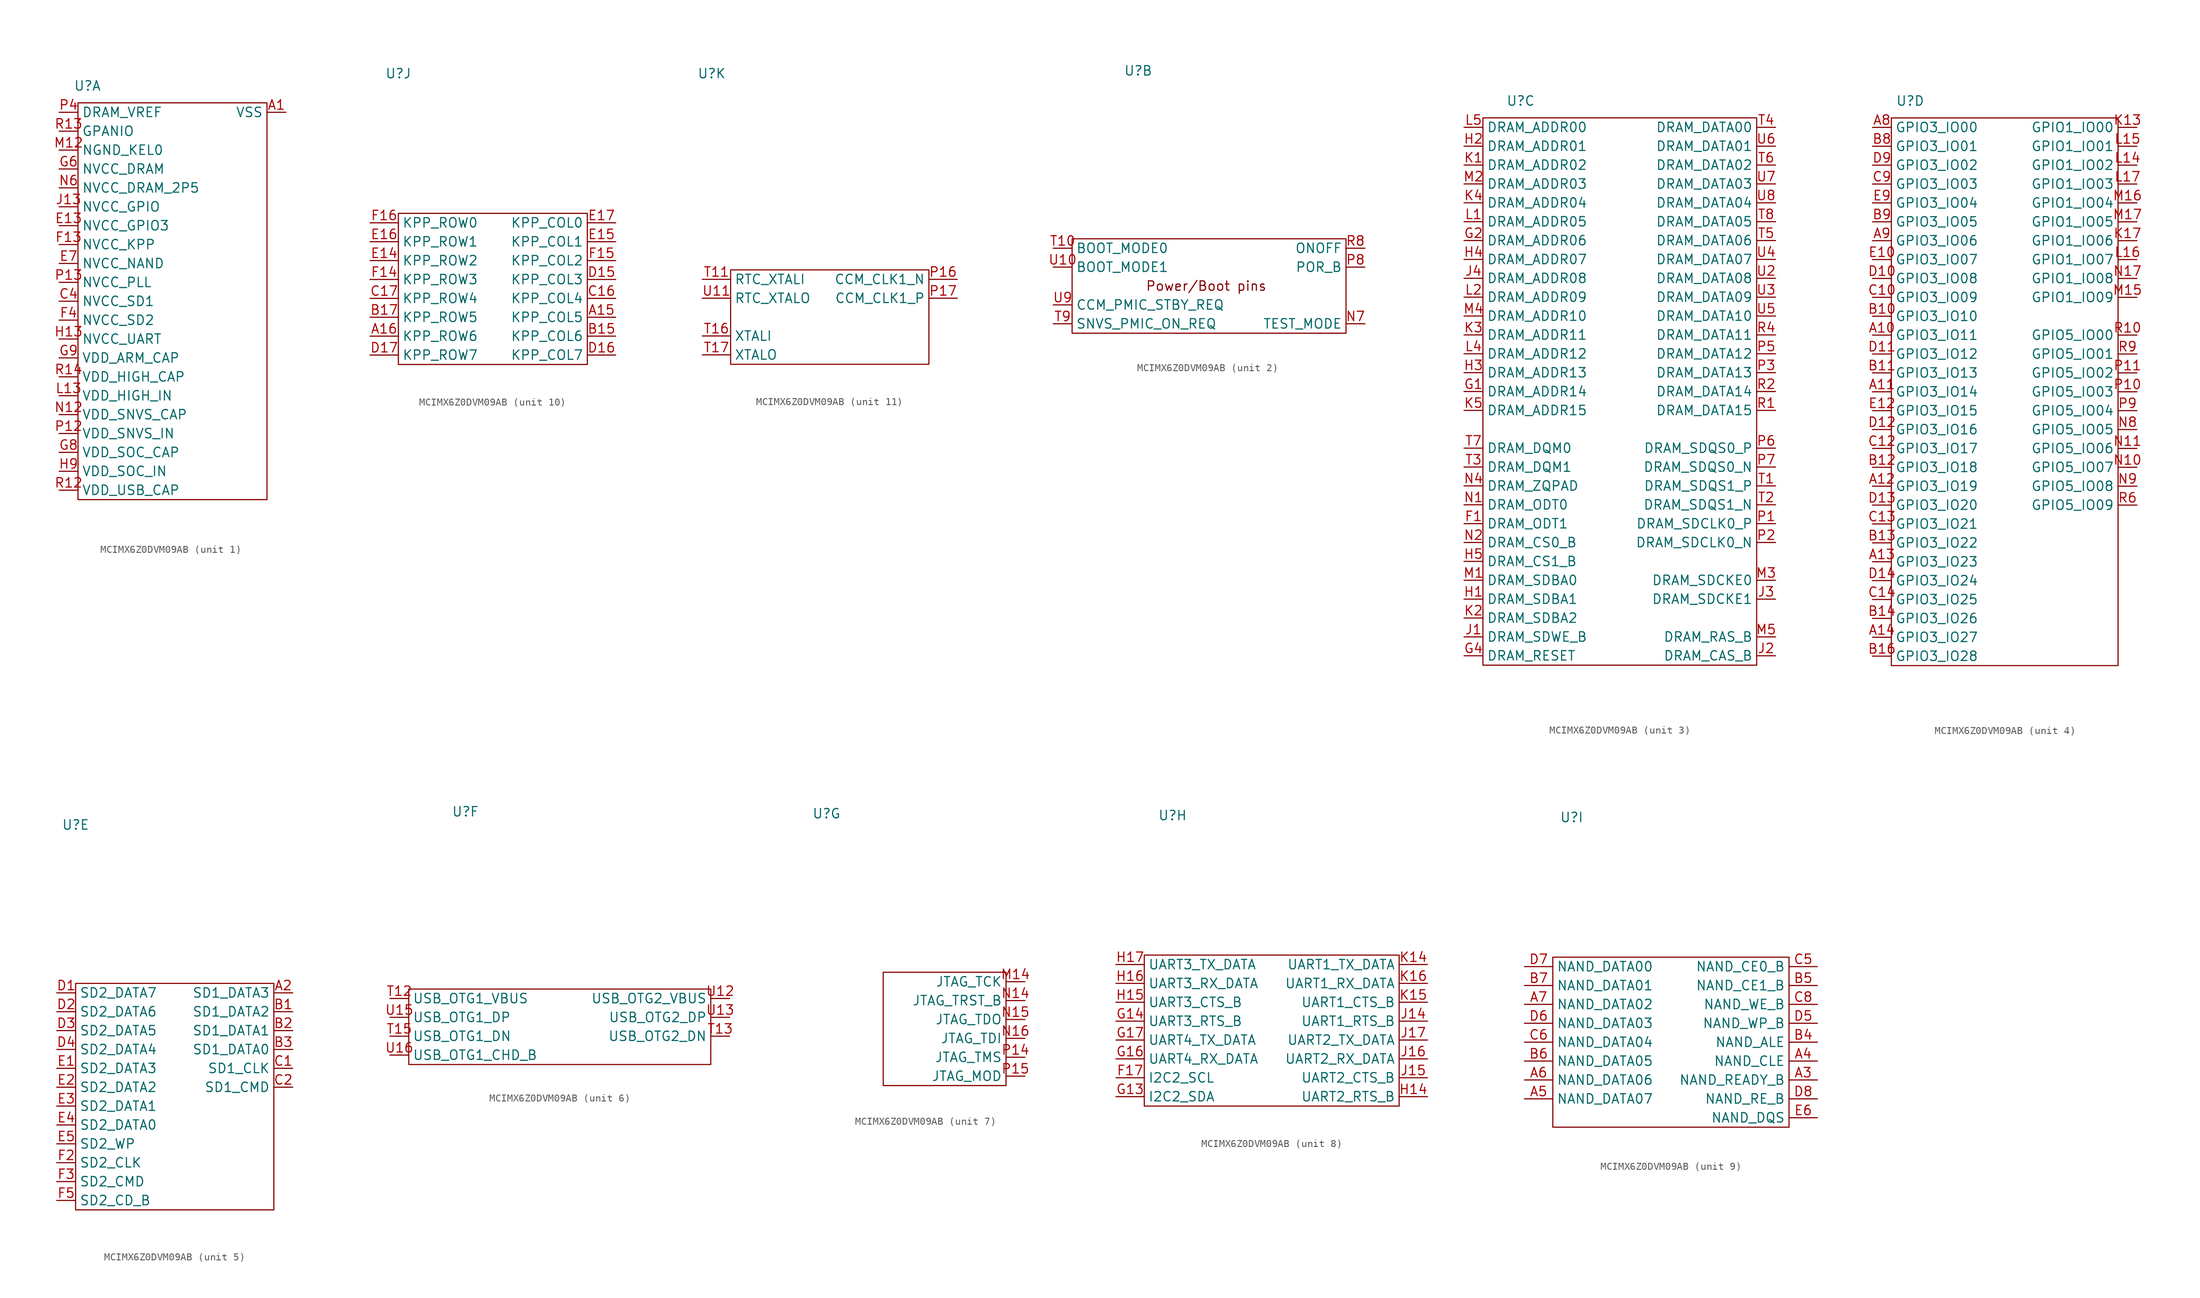
<source format=kicad_sym>
(kicad_symbol_lib
  (version 20231120)
  (generator "kicad_symbol_editor")
  (generator_version "8.0")
  (symbol "MCIMX6Z0DVM09AB"
    (property "Reference" "U"
      (at -13.97 28.956 0)
      (effects (font (size 1.27 1.27))))
    (property "Value" ""
      (at 0 30.48 0)
      (effects (font (size 1.27 1.27))))
    (property "ki_locked" ""
      (at 0 0 0)
      (effects (font (size 1.27 1.27))))
    (symbol "MCIMX6Z0DVM09AB_1_1"
      (rectangle (start -15.24 26.67) (end 10.16 -26.67) (stroke (width 0) (type default)) (fill (type none)))
      (pin power_in line (at 12.7 25.4 180) (length 2.54) (name "VSS" (effects (font (size 1.27 1.27)))) (number "A1" (effects (font (size 1.27 1.27)))))
      (pin power_in line (at 12.7 25.4 180) (length 2.54) hide (name "VSS" (effects (font (size 1.27 1.27)))) (number "A17" (effects (font (size 1.27 1.27)))))
      (pin power_in line (at 12.7 25.4 180) (length 2.54) hide (name "VSS" (effects (font (size 1.27 1.27)))) (number "C11" (effects (font (size 1.27 1.27)))))
      (pin power_in line (at 12.7 25.4 180) (length 2.54) hide (name "VSS" (effects (font (size 1.27 1.27)))) (number "C15" (effects (font (size 1.27 1.27)))))
      (pin power_in line (at 12.7 25.4 180) (length 2.54) hide (name "VSS" (effects (font (size 1.27 1.27)))) (number "C3" (effects (font (size 1.27 1.27)))))
      (pin power_in line (at -17.78 0 0) (length 2.54) (name "NVCC_SD1" (effects (font (size 1.27 1.27)))) (number "C4" (effects (font (size 1.27 1.27)))))
      (pin power_in line (at 12.7 25.4 180) (length 2.54) hide (name "VSS" (effects (font (size 1.27 1.27)))) (number "C7" (effects (font (size 1.27 1.27)))))
      (pin power_in line (at 12.7 25.4 180) (length 2.54) hide (name "VSS" (effects (font (size 1.27 1.27)))) (number "E11" (effects (font (size 1.27 1.27)))))
      (pin power_in line (at -17.78 10.16 0) (length 2.54) (name "NVCC_GPIO3" (effects (font (size 1.27 1.27)))) (number "E13" (effects (font (size 1.27 1.27)))))
      (pin power_in line (at -17.78 5.08 0) (length 2.54) (name "NVCC_NAND" (effects (font (size 1.27 1.27)))) (number "E7" (effects (font (size 1.27 1.27)))))
      (pin power_in line (at 12.7 25.4 180) (length 2.54) hide (name "VSS" (effects (font (size 1.27 1.27)))) (number "E8" (effects (font (size 1.27 1.27)))))
      (pin power_in line (at 12.7 25.4 180) (length 2.54) hide (name "VSS" (effects (font (size 1.27 1.27)))) (number "F10" (effects (font (size 1.27 1.27)))))
      (pin power_in line (at 12.7 25.4 180) (length 2.54) hide (name "VSS" (effects (font (size 1.27 1.27)))) (number "F11" (effects (font (size 1.27 1.27)))))
      (pin power_in line (at 12.7 25.4 180) (length 2.54) hide (name "VSS" (effects (font (size 1.27 1.27)))) (number "F12" (effects (font (size 1.27 1.27)))))
      (pin power_in line (at -17.78 7.62 0) (length 2.54) (name "NVCC_KPP" (effects (font (size 1.27 1.27)))) (number "F13" (effects (font (size 1.27 1.27)))))
      (pin power_in line (at -17.78 -2.54 0) (length 2.54) (name "NVCC_SD2" (effects (font (size 1.27 1.27)))) (number "F4" (effects (font (size 1.27 1.27)))))
      (pin power_in line (at 12.7 25.4 180) (length 2.54) hide (name "VSS" (effects (font (size 1.27 1.27)))) (number "F6" (effects (font (size 1.27 1.27)))))
      (pin power_in line (at 12.7 25.4 180) (length 2.54) hide (name "VSS" (effects (font (size 1.27 1.27)))) (number "F7" (effects (font (size 1.27 1.27)))))
      (pin power_in line (at 12.7 25.4 180) (length 2.54) hide (name "VSS" (effects (font (size 1.27 1.27)))) (number "F8" (effects (font (size 1.27 1.27)))))
      (pin power_in line (at 12.7 25.4 180) (length 2.54) hide (name "VSS" (effects (font (size 1.27 1.27)))) (number "F9" (effects (font (size 1.27 1.27)))))
      (pin power_in line (at -17.78 -7.62 0) (length 2.54) hide (name "VDD_ARM_CAP" (effects (font (size 1.27 1.27)))) (number "G10" (effects (font (size 1.27 1.27)))))
      (pin power_in line (at -17.78 -7.62 0) (length 2.54) hide (name "VDD_ARM_CAP" (effects (font (size 1.27 1.27)))) (number "G11" (effects (font (size 1.27 1.27)))))
      (pin power_in line (at 12.7 25.4 180) (length 2.54) hide (name "VSS" (effects (font (size 1.27 1.27)))) (number "G12" (effects (font (size 1.27 1.27)))))
      (pin power_in line (at 12.7 25.4 180) (length 2.54) hide (name "VSS" (effects (font (size 1.27 1.27)))) (number "G15" (effects (font (size 1.27 1.27)))))
      (pin power_in line (at 12.7 25.4 180) (length 2.54) hide (name "VSS" (effects (font (size 1.27 1.27)))) (number "G3" (effects (font (size 1.27 1.27)))))
      (pin power_in line (at 12.7 25.4 180) (length 2.54) hide (name "VSS" (effects (font (size 1.27 1.27)))) (number "G5" (effects (font (size 1.27 1.27)))))
      (pin power_in line (at -17.78 17.78 0) (length 2.54) (name "NVCC_DRAM" (effects (font (size 1.27 1.27)))) (number "G6" (effects (font (size 1.27 1.27)))))
      (pin power_in line (at 12.7 25.4 180) (length 2.54) hide (name "VSS" (effects (font (size 1.27 1.27)))) (number "G7" (effects (font (size 1.27 1.27)))))
      (pin power_in line (at -17.78 -20.32 0) (length 2.54) (name "VDD_SOC_CAP" (effects (font (size 1.27 1.27)))) (number "G8" (effects (font (size 1.27 1.27)))))
      (pin power_in line (at -17.78 -7.62 0) (length 2.54) (name "VDD_ARM_CAP" (effects (font (size 1.27 1.27)))) (number "G9" (effects (font (size 1.27 1.27)))))
      (pin power_in line (at -17.78 -22.86 0) (length 2.54) hide (name "VDD_SOC_IN" (effects (font (size 1.27 1.27)))) (number "H10" (effects (font (size 1.27 1.27)))))
      (pin power_in line (at -17.78 -7.62 0) (length 2.54) hide (name "VDD_ARM_CAP" (effects (font (size 1.27 1.27)))) (number "H11" (effects (font (size 1.27 1.27)))))
      (pin power_in line (at 12.7 25.4 180) (length 2.54) hide (name "VSS" (effects (font (size 1.27 1.27)))) (number "H12" (effects (font (size 1.27 1.27)))))
      (pin power_in line (at -17.78 -5.08 0) (length 2.54) (name "NVCC_UART" (effects (font (size 1.27 1.27)))) (number "H13" (effects (font (size 1.27 1.27)))))
      (pin power_in line (at -17.78 17.78 0) (length 2.54) hide (name "NVCC_DRAM" (effects (font (size 1.27 1.27)))) (number "H6" (effects (font (size 1.27 1.27)))))
      (pin power_in line (at 12.7 25.4 180) (length 2.54) hide (name "VSS" (effects (font (size 1.27 1.27)))) (number "H7" (effects (font (size 1.27 1.27)))))
      (pin power_in line (at -17.78 -20.32 0) (length 2.54) hide (name "VDD_SOC_CAP" (effects (font (size 1.27 1.27)))) (number "H8" (effects (font (size 1.27 1.27)))))
      (pin power_in line (at -17.78 -22.86 0) (length 2.54) (name "VDD_SOC_IN" (effects (font (size 1.27 1.27)))) (number "H9" (effects (font (size 1.27 1.27)))))
      (pin power_in line (at -17.78 -22.86 0) (length 2.54) hide (name "VDD_SOC_IN" (effects (font (size 1.27 1.27)))) (number "J10" (effects (font (size 1.27 1.27)))))
      (pin power_in line (at -17.78 -20.32 0) (length 2.54) hide (name "VDD_SOC_CAP" (effects (font (size 1.27 1.27)))) (number "J11" (effects (font (size 1.27 1.27)))))
      (pin power_in line (at 12.7 25.4 180) (length 2.54) hide (name "VSS" (effects (font (size 1.27 1.27)))) (number "J12" (effects (font (size 1.27 1.27)))))
      (pin power_in line (at -17.78 12.7 0) (length 2.54) (name "NVCC_GPIO" (effects (font (size 1.27 1.27)))) (number "J13" (effects (font (size 1.27 1.27)))))
      (pin power_in line (at 12.7 25.4 180) (length 2.54) hide (name "VSS" (effects (font (size 1.27 1.27)))) (number "J5" (effects (font (size 1.27 1.27)))))
      (pin power_in line (at -17.78 17.78 0) (length 2.54) hide (name "NVCC_DRAM" (effects (font (size 1.27 1.27)))) (number "J6" (effects (font (size 1.27 1.27)))))
      (pin power_in line (at 12.7 25.4 180) (length 2.54) hide (name "VSS" (effects (font (size 1.27 1.27)))) (number "J7" (effects (font (size 1.27 1.27)))))
      (pin power_in line (at -17.78 -20.32 0) (length 2.54) hide (name "VDD_SOC_CAP" (effects (font (size 1.27 1.27)))) (number "J8" (effects (font (size 1.27 1.27)))))
      (pin power_in line (at -17.78 -22.86 0) (length 2.54) hide (name "VDD_SOC_IN" (effects (font (size 1.27 1.27)))) (number "J9" (effects (font (size 1.27 1.27)))))
      (pin power_in line (at -17.78 -22.86 0) (length 2.54) hide (name "VDD_SOC_IN" (effects (font (size 1.27 1.27)))) (number "K10" (effects (font (size 1.27 1.27)))))
      (pin power_in line (at -17.78 -20.32 0) (length 2.54) hide (name "VDD_SOC_CAP" (effects (font (size 1.27 1.27)))) (number "K11" (effects (font (size 1.27 1.27)))))
      (pin power_in line (at 12.7 25.4 180) (length 2.54) hide (name "VSS" (effects (font (size 1.27 1.27)))) (number "K12" (effects (font (size 1.27 1.27)))))
      (pin power_in line (at -17.78 17.78 0) (length 2.54) hide (name "NVCC_DRAM" (effects (font (size 1.27 1.27)))) (number "K6" (effects (font (size 1.27 1.27)))))
      (pin power_in line (at 12.7 25.4 180) (length 2.54) hide (name "VSS" (effects (font (size 1.27 1.27)))) (number "K7" (effects (font (size 1.27 1.27)))))
      (pin power_in line (at -17.78 -20.32 0) (length 2.54) hide (name "VDD_SOC_CAP" (effects (font (size 1.27 1.27)))) (number "K8" (effects (font (size 1.27 1.27)))))
      (pin power_in line (at -17.78 -22.86 0) (length 2.54) hide (name "VDD_SOC_IN" (effects (font (size 1.27 1.27)))) (number "K9" (effects (font (size 1.27 1.27)))))
      (pin power_in line (at -17.78 -20.32 0) (length 2.54) hide (name "VDD_SOC_CAP" (effects (font (size 1.27 1.27)))) (number "L10" (effects (font (size 1.27 1.27)))))
      (pin power_in line (at -17.78 -20.32 0) (length 2.54) hide (name "VDD_SOC_CAP" (effects (font (size 1.27 1.27)))) (number "L11" (effects (font (size 1.27 1.27)))))
      (pin power_in line (at 12.7 25.4 180) (length 2.54) hide (name "VSS" (effects (font (size 1.27 1.27)))) (number "L12" (effects (font (size 1.27 1.27)))))
      (pin power_in line (at -17.78 -12.7 0) (length 2.54) (name "VDD_HIGH_IN" (effects (font (size 1.27 1.27)))) (number "L13" (effects (font (size 1.27 1.27)))))
      (pin power_in line (at 12.7 25.4 180) (length 2.54) hide (name "VSS" (effects (font (size 1.27 1.27)))) (number "L3" (effects (font (size 1.27 1.27)))))
      (pin power_in line (at -17.78 17.78 0) (length 2.54) hide (name "NVCC_DRAM" (effects (font (size 1.27 1.27)))) (number "L6" (effects (font (size 1.27 1.27)))))
      (pin power_in line (at 12.7 25.4 180) (length 2.54) hide (name "VSS" (effects (font (size 1.27 1.27)))) (number "L7" (effects (font (size 1.27 1.27)))))
      (pin power_in line (at -17.78 -20.32 0) (length 2.54) hide (name "VDD_SOC_CAP" (effects (font (size 1.27 1.27)))) (number "L8" (effects (font (size 1.27 1.27)))))
      (pin power_in line (at -17.78 -20.32 0) (length 2.54) hide (name "VDD_SOC_CAP" (effects (font (size 1.27 1.27)))) (number "L9" (effects (font (size 1.27 1.27)))))
      (pin power_in line (at 12.7 25.4 180) (length 2.54) hide (name "VSS" (effects (font (size 1.27 1.27)))) (number "M10" (effects (font (size 1.27 1.27)))))
      (pin power_in line (at 12.7 25.4 180) (length 2.54) hide (name "VSS" (effects (font (size 1.27 1.27)))) (number "M11" (effects (font (size 1.27 1.27)))))
      (pin power_in line (at -17.78 20.32 0) (length 2.54) (name "NGND_KEL0" (effects (font (size 1.27 1.27)))) (number "M12" (effects (font (size 1.27 1.27)))))
      (pin power_in line (at -17.78 -12.7 0) (length 2.54) hide (name "VDD_HIGH_IN" (effects (font (size 1.27 1.27)))) (number "M13" (effects (font (size 1.27 1.27)))))
      (pin power_in line (at -17.78 17.78 0) (length 2.54) hide (name "NVCC_DRAM" (effects (font (size 1.27 1.27)))) (number "M6" (effects (font (size 1.27 1.27)))))
      (pin power_in line (at 12.7 25.4 180) (length 2.54) hide (name "VSS" (effects (font (size 1.27 1.27)))) (number "M7" (effects (font (size 1.27 1.27)))))
      (pin power_in line (at 12.7 25.4 180) (length 2.54) hide (name "VSS" (effects (font (size 1.27 1.27)))) (number "M8" (effects (font (size 1.27 1.27)))))
      (pin power_in line (at 12.7 25.4 180) (length 2.54) hide (name "VSS" (effects (font (size 1.27 1.27)))) (number "M9" (effects (font (size 1.27 1.27)))))
      (pin power_in line (at -17.78 -15.24 0) (length 2.54) (name "VDD_SNVS_CAP" (effects (font (size 1.27 1.27)))) (number "N12" (effects (font (size 1.27 1.27)))))
      (pin power_in line (at -17.78 -12.7 0) (length 2.54) hide (name "VDD_HIGH_IN" (effects (font (size 1.27 1.27)))) (number "N13" (effects (font (size 1.27 1.27)))))
      (pin power_in line (at 12.7 25.4 180) (length 2.54) hide (name "VSS" (effects (font (size 1.27 1.27)))) (number "N3" (effects (font (size 1.27 1.27)))))
      (pin power_in line (at 12.7 25.4 180) (length 2.54) hide (name "VSS" (effects (font (size 1.27 1.27)))) (number "N5" (effects (font (size 1.27 1.27)))))
      (pin power_in line (at -17.78 15.24 0) (length 2.54) (name "NVCC_DRAM_2P5" (effects (font (size 1.27 1.27)))) (number "N6" (effects (font (size 1.27 1.27)))))
      (pin power_in line (at -17.78 -17.78 0) (length 2.54) (name "VDD_SNVS_IN" (effects (font (size 1.27 1.27)))) (number "P12" (effects (font (size 1.27 1.27)))))
      (pin power_in line (at -17.78 2.54 0) (length 2.54) (name "NVCC_PLL" (effects (font (size 1.27 1.27)))) (number "P13" (effects (font (size 1.27 1.27)))))
      (pin power_in line (at -17.78 25.4 0) (length 2.54) (name "DRAM_VREF" (effects (font (size 1.27 1.27)))) (number "P4" (effects (font (size 1.27 1.27)))))
      (pin power_in line (at 12.7 25.4 180) (length 2.54) hide (name "VSS" (effects (font (size 1.27 1.27)))) (number "R11" (effects (font (size 1.27 1.27)))))
      (pin power_in line (at -17.78 -25.4 0) (length 2.54) (name "VDD_USB_CAP" (effects (font (size 1.27 1.27)))) (number "R12" (effects (font (size 1.27 1.27)))))
      (pin power_in line (at -17.78 22.86 0) (length 2.54) (name "GPANIO" (effects (font (size 1.27 1.27)))) (number "R13" (effects (font (size 1.27 1.27)))))
      (pin power_in line (at -17.78 -10.16 0) (length 2.54) (name "VDD_HIGH_CAP" (effects (font (size 1.27 1.27)))) (number "R14" (effects (font (size 1.27 1.27)))))
      (pin power_in line (at -17.78 -10.16 0) (length 2.54) hide (name "VDD_HIGH_CAP" (effects (font (size 1.27 1.27)))) (number "R15" (effects (font (size 1.27 1.27)))))
      (pin power_in line (at 12.7 25.4 180) (length 2.54) hide (name "VSS" (effects (font (size 1.27 1.27)))) (number "R16" (effects (font (size 1.27 1.27)))))
      (pin power_in line (at 12.7 25.4 180) (length 2.54) hide (name "VSS" (effects (font (size 1.27 1.27)))) (number "R17" (effects (font (size 1.27 1.27)))))
      (pin power_in line (at 12.7 25.4 180) (length 2.54) hide (name "VSS" (effects (font (size 1.27 1.27)))) (number "R3" (effects (font (size 1.27 1.27)))))
      (pin power_in line (at 12.7 25.4 180) (length 2.54) hide (name "VSS" (effects (font (size 1.27 1.27)))) (number "R5" (effects (font (size 1.27 1.27)))))
      (pin power_in line (at 12.7 25.4 180) (length 2.54) hide (name "VSS" (effects (font (size 1.27 1.27)))) (number "R7" (effects (font (size 1.27 1.27)))))
      (pin power_in line (at 12.7 25.4 180) (length 2.54) hide (name "VSS" (effects (font (size 1.27 1.27)))) (number "T14" (effects (font (size 1.27 1.27)))))
      (pin power_in line (at 12.7 25.4 180) (length 2.54) hide (name "VSS" (effects (font (size 1.27 1.27)))) (number "U1" (effects (font (size 1.27 1.27)))))
      (pin power_in line (at 12.7 25.4 180) (length 2.54) hide (name "VSS" (effects (font (size 1.27 1.27)))) (number "U14" (effects (font (size 1.27 1.27)))))
      (pin power_in line (at 12.7 25.4 180) (length 2.54) hide (name "VSS" (effects (font (size 1.27 1.27)))) (number "U17" (effects (font (size 1.27 1.27))))))
    (symbol "MCIMX6Z0DVM09AB_2_1"
      (rectangle (start -22.86 6.35) (end 13.97 -6.35) (stroke (width 0) (type default)) (fill (type none)))
      (text "Power/Boot pins\n" (at -4.826 0 0) (effects (font (size 1.27 1.27))))
      (pin passive line (at 16.51 -5.08 180) (length 2.54) (name "TEST_MODE" (effects (font (size 1.27 1.27)))) (number "N7" (effects (font (size 1.27 1.27)))))
      (pin input line (at 16.51 2.54 180) (length 2.54) (name "POR_B" (effects (font (size 1.27 1.27)))) (number "P8" (effects (font (size 1.27 1.27)))))
      (pin input line (at 16.51 5.08 180) (length 2.54) (name "ONOFF" (effects (font (size 1.27 1.27)))) (number "R8" (effects (font (size 1.27 1.27)))))
      (pin passive line (at -25.4 5.08 0) (length 2.54) (name "BOOT_MODE0" (effects (font (size 1.27 1.27)))) (number "T10" (effects (font (size 1.27 1.27)))))
      (pin passive line (at -25.4 -5.08 0) (length 2.54) (name "SNVS_PMIC_ON_REQ" (effects (font (size 1.27 1.27)))) (number "T9" (effects (font (size 1.27 1.27)))))
      (pin passive line (at -25.4 2.54 0) (length 2.54) (name "BOOT_MODE1" (effects (font (size 1.27 1.27)))) (number "U10" (effects (font (size 1.27 1.27)))))
      (pin passive line (at -25.4 -2.54 0) (length 2.54) (name "CCM_PMIC_STBY_REQ" (effects (font (size 1.27 1.27)))) (number "U9" (effects (font (size 1.27 1.27))))))
    (symbol "MCIMX6Z0DVM09AB_3_1"
      (rectangle (start 17.78 -46.99) (end -19.05 26.67) (stroke (width 0) (type default)) (fill (type none)))
      (pin passive line (at -21.59 -27.94 0) (length 2.54) (name "DRAM_ODT1" (effects (font (size 1.27 1.27)))) (number "F1" (effects (font (size 1.27 1.27)))))
      (pin passive line (at -21.59 -10.16 0) (length 2.54) (name "DRAM_ADDR14" (effects (font (size 1.27 1.27)))) (number "G1" (effects (font (size 1.27 1.27)))))
      (pin passive line (at -21.59 10.16 0) (length 2.54) (name "DRAM_ADDR06" (effects (font (size 1.27 1.27)))) (number "G2" (effects (font (size 1.27 1.27)))))
      (pin passive line (at -21.59 -45.72 0) (length 2.54) (name "DRAM_RESET" (effects (font (size 1.27 1.27)))) (number "G4" (effects (font (size 1.27 1.27)))))
      (pin passive line (at -21.59 -38.1 0) (length 2.54) (name "DRAM_SDBA1" (effects (font (size 1.27 1.27)))) (number "H1" (effects (font (size 1.27 1.27)))))
      (pin passive line (at -21.59 22.86 0) (length 2.54) (name "DRAM_ADDR01" (effects (font (size 1.27 1.27)))) (number "H2" (effects (font (size 1.27 1.27)))))
      (pin passive line (at -21.59 -7.62 0) (length 2.54) (name "DRAM_ADDR13" (effects (font (size 1.27 1.27)))) (number "H3" (effects (font (size 1.27 1.27)))))
      (pin passive line (at -21.59 7.62 0) (length 2.54) (name "DRAM_ADDR07" (effects (font (size 1.27 1.27)))) (number "H4" (effects (font (size 1.27 1.27)))))
      (pin passive line (at -21.59 -33.02 0) (length 2.54) (name "DRAM_CS1_B" (effects (font (size 1.27 1.27)))) (number "H5" (effects (font (size 1.27 1.27)))))
      (pin passive line (at -21.59 -43.18 0) (length 2.54) (name "DRAM_SDWE_B" (effects (font (size 1.27 1.27)))) (number "J1" (effects (font (size 1.27 1.27)))))
      (pin passive line (at 20.32 -45.72 180) (length 2.54) (name "DRAM_CAS_B" (effects (font (size 1.27 1.27)))) (number "J2" (effects (font (size 1.27 1.27)))))
      (pin passive line (at 20.32 -38.1 180) (length 2.54) (name "DRAM_SDCKE1" (effects (font (size 1.27 1.27)))) (number "J3" (effects (font (size 1.27 1.27)))))
      (pin passive line (at -21.59 5.08 0) (length 2.54) (name "DRAM_ADDR08" (effects (font (size 1.27 1.27)))) (number "J4" (effects (font (size 1.27 1.27)))))
      (pin passive line (at -21.59 20.32 0) (length 2.54) (name "DRAM_ADDR02" (effects (font (size 1.27 1.27)))) (number "K1" (effects (font (size 1.27 1.27)))))
      (pin passive line (at -21.59 -40.64 0) (length 2.54) (name "DRAM_SDBA2" (effects (font (size 1.27 1.27)))) (number "K2" (effects (font (size 1.27 1.27)))))
      (pin passive line (at -21.59 -2.54 0) (length 2.54) (name "DRAM_ADDR11" (effects (font (size 1.27 1.27)))) (number "K3" (effects (font (size 1.27 1.27)))))
      (pin passive line (at -21.59 15.24 0) (length 2.54) (name "DRAM_ADDR04" (effects (font (size 1.27 1.27)))) (number "K4" (effects (font (size 1.27 1.27)))))
      (pin passive line (at -21.59 -12.7 0) (length 2.54) (name "DRAM_ADDR15" (effects (font (size 1.27 1.27)))) (number "K5" (effects (font (size 1.27 1.27)))))
      (pin passive line (at -21.59 12.7 0) (length 2.54) (name "DRAM_ADDR05" (effects (font (size 1.27 1.27)))) (number "L1" (effects (font (size 1.27 1.27)))))
      (pin passive line (at -21.59 2.54 0) (length 2.54) (name "DRAM_ADDR09" (effects (font (size 1.27 1.27)))) (number "L2" (effects (font (size 1.27 1.27)))))
      (pin passive line (at -21.59 -5.08 0) (length 2.54) (name "DRAM_ADDR12" (effects (font (size 1.27 1.27)))) (number "L4" (effects (font (size 1.27 1.27)))))
      (pin passive line (at -21.59 25.4 0) (length 2.54) (name "DRAM_ADDR00" (effects (font (size 1.27 1.27)))) (number "L5" (effects (font (size 1.27 1.27)))))
      (pin passive line (at -21.59 -35.56 0) (length 2.54) (name "DRAM_SDBA0" (effects (font (size 1.27 1.27)))) (number "M1" (effects (font (size 1.27 1.27)))))
      (pin passive line (at -21.59 17.78 0) (length 2.54) (name "DRAM_ADDR03" (effects (font (size 1.27 1.27)))) (number "M2" (effects (font (size 1.27 1.27)))))
      (pin passive line (at 20.32 -35.56 180) (length 2.54) (name "DRAM_SDCKE0" (effects (font (size 1.27 1.27)))) (number "M3" (effects (font (size 1.27 1.27)))))
      (pin passive line (at -21.59 0 0) (length 2.54) (name "DRAM_ADDR10" (effects (font (size 1.27 1.27)))) (number "M4" (effects (font (size 1.27 1.27)))))
      (pin passive line (at 20.32 -43.18 180) (length 2.54) (name "DRAM_RAS_B" (effects (font (size 1.27 1.27)))) (number "M5" (effects (font (size 1.27 1.27)))))
      (pin passive line (at -21.59 -25.4 0) (length 2.54) (name "DRAM_ODT0" (effects (font (size 1.27 1.27)))) (number "N1" (effects (font (size 1.27 1.27)))))
      (pin passive line (at -21.59 -30.48 0) (length 2.54) (name "DRAM_CS0_B" (effects (font (size 1.27 1.27)))) (number "N2" (effects (font (size 1.27 1.27)))))
      (pin passive line (at -21.59 -22.86 0) (length 2.54) (name "DRAM_ZQPAD" (effects (font (size 1.27 1.27)))) (number "N4" (effects (font (size 1.27 1.27)))))
      (pin passive line (at 20.32 -27.94 180) (length 2.54) (name "DRAM_SDCLK0_P" (effects (font (size 1.27 1.27)))) (number "P1" (effects (font (size 1.27 1.27)))))
      (pin passive line (at 20.32 -30.48 180) (length 2.54) (name "DRAM_SDCLK0_N" (effects (font (size 1.27 1.27)))) (number "P2" (effects (font (size 1.27 1.27)))))
      (pin passive line (at 20.32 -7.62 180) (length 2.54) (name "DRAM_DATA13" (effects (font (size 1.27 1.27)))) (number "P3" (effects (font (size 1.27 1.27)))))
      (pin passive line (at 20.32 -5.08 180) (length 2.54) (name "DRAM_DATA12" (effects (font (size 1.27 1.27)))) (number "P5" (effects (font (size 1.27 1.27)))))
      (pin passive line (at 20.32 -17.78 180) (length 2.54) (name "DRAM_SDQS0_P" (effects (font (size 1.27 1.27)))) (number "P6" (effects (font (size 1.27 1.27)))))
      (pin passive line (at 20.32 -20.32 180) (length 2.54) (name "DRAM_SDQS0_N" (effects (font (size 1.27 1.27)))) (number "P7" (effects (font (size 1.27 1.27)))))
      (pin passive line (at 20.32 -12.7 180) (length 2.54) (name "DRAM_DATA15" (effects (font (size 1.27 1.27)))) (number "R1" (effects (font (size 1.27 1.27)))))
      (pin passive line (at 20.32 -10.16 180) (length 2.54) (name "DRAM_DATA14" (effects (font (size 1.27 1.27)))) (number "R2" (effects (font (size 1.27 1.27)))))
      (pin passive line (at 20.32 -2.54 180) (length 2.54) (name "DRAM_DATA11" (effects (font (size 1.27 1.27)))) (number "R4" (effects (font (size 1.27 1.27)))))
      (pin passive line (at 20.32 -22.86 180) (length 2.54) (name "DRAM_SDQS1_P" (effects (font (size 1.27 1.27)))) (number "T1" (effects (font (size 1.27 1.27)))))
      (pin passive line (at 20.32 -25.4 180) (length 2.54) (name "DRAM_SDQS1_N" (effects (font (size 1.27 1.27)))) (number "T2" (effects (font (size 1.27 1.27)))))
      (pin passive line (at -21.59 -20.32 0) (length 2.54) (name "DRAM_DQM1" (effects (font (size 1.27 1.27)))) (number "T3" (effects (font (size 1.27 1.27)))))
      (pin passive line (at 20.32 25.4 180) (length 2.54) (name "DRAM_DATA00" (effects (font (size 1.27 1.27)))) (number "T4" (effects (font (size 1.27 1.27)))))
      (pin passive line (at 20.32 10.16 180) (length 2.54) (name "DRAM_DATA06" (effects (font (size 1.27 1.27)))) (number "T5" (effects (font (size 1.27 1.27)))))
      (pin passive line (at 20.32 20.32 180) (length 2.54) (name "DRAM_DATA02" (effects (font (size 1.27 1.27)))) (number "T6" (effects (font (size 1.27 1.27)))))
      (pin passive line (at -21.59 -17.78 0) (length 2.54) (name "DRAM_DQM0" (effects (font (size 1.27 1.27)))) (number "T7" (effects (font (size 1.27 1.27)))))
      (pin passive line (at 20.32 12.7 180) (length 2.54) (name "DRAM_DATA05" (effects (font (size 1.27 1.27)))) (number "T8" (effects (font (size 1.27 1.27)))))
      (pin passive line (at 20.32 5.08 180) (length 2.54) (name "DRAM_DATA08" (effects (font (size 1.27 1.27)))) (number "U2" (effects (font (size 1.27 1.27)))))
      (pin passive line (at 20.32 2.54 180) (length 2.54) (name "DRAM_DATA09" (effects (font (size 1.27 1.27)))) (number "U3" (effects (font (size 1.27 1.27)))))
      (pin passive line (at 20.32 7.62 180) (length 2.54) (name "DRAM_DATA07" (effects (font (size 1.27 1.27)))) (number "U4" (effects (font (size 1.27 1.27)))))
      (pin passive line (at 20.32 0 180) (length 2.54) (name "DRAM_DATA10" (effects (font (size 1.27 1.27)))) (number "U5" (effects (font (size 1.27 1.27)))))
      (pin passive line (at 20.32 22.86 180) (length 2.54) (name "DRAM_DATA01" (effects (font (size 1.27 1.27)))) (number "U6" (effects (font (size 1.27 1.27)))))
      (pin passive line (at 20.32 17.78 180) (length 2.54) (name "DRAM_DATA03" (effects (font (size 1.27 1.27)))) (number "U7" (effects (font (size 1.27 1.27)))))
      (pin passive line (at 20.32 15.24 180) (length 2.54) (name "DRAM_DATA04" (effects (font (size 1.27 1.27)))) (number "U8" (effects (font (size 1.27 1.27))))))
    (symbol "MCIMX6Z0DVM09AB_4_1"
      (rectangle (start -16.51 -46.99) (end 13.97 26.67) (stroke (width 0) (type default)) (fill (type none)))
      (pin passive line (at -19.05 -2.54 0) (length 2.54) (name "GPIO3_IO11" (effects (font (size 1.27 1.27)))) (number "A10" (effects (font (size 1.27 1.27)))))
      (pin passive line (at -19.05 -10.16 0) (length 2.54) (name "GPIO3_IO14" (effects (font (size 1.27 1.27)))) (number "A11" (effects (font (size 1.27 1.27)))))
      (pin passive line (at -19.05 -22.86 0) (length 2.54) (name "GPIO3_IO19" (effects (font (size 1.27 1.27)))) (number "A12" (effects (font (size 1.27 1.27)))))
      (pin passive line (at -19.05 -33.02 0) (length 2.54) (name "GPIO3_IO23" (effects (font (size 1.27 1.27)))) (number "A13" (effects (font (size 1.27 1.27)))))
      (pin passive line (at -19.05 -43.18 0) (length 2.54) (name "GPIO3_IO27" (effects (font (size 1.27 1.27)))) (number "A14" (effects (font (size 1.27 1.27)))))
      (pin passive line (at -19.05 25.4 0) (length 2.54) (name "GPIO3_IO00" (effects (font (size 1.27 1.27)))) (number "A8" (effects (font (size 1.27 1.27)))))
      (pin passive line (at -19.05 10.16 0) (length 2.54) (name "GPIO3_IO06" (effects (font (size 1.27 1.27)))) (number "A9" (effects (font (size 1.27 1.27)))))
      (pin passive line (at -19.05 0 0) (length 2.54) (name "GPIO3_IO10" (effects (font (size 1.27 1.27)))) (number "B10" (effects (font (size 1.27 1.27)))))
      (pin passive line (at -19.05 -7.62 0) (length 2.54) (name "GPIO3_IO13" (effects (font (size 1.27 1.27)))) (number "B11" (effects (font (size 1.27 1.27)))))
      (pin passive line (at -19.05 -20.32 0) (length 2.54) (name "GPIO3_IO18" (effects (font (size 1.27 1.27)))) (number "B12" (effects (font (size 1.27 1.27)))))
      (pin passive line (at -19.05 -30.48 0) (length 2.54) (name "GPIO3_IO22" (effects (font (size 1.27 1.27)))) (number "B13" (effects (font (size 1.27 1.27)))))
      (pin passive line (at -19.05 -40.64 0) (length 2.54) (name "GPIO3_IO26" (effects (font (size 1.27 1.27)))) (number "B14" (effects (font (size 1.27 1.27)))))
      (pin passive line (at -19.05 -45.72 0) (length 2.54) (name "GPIO3_IO28" (effects (font (size 1.27 1.27)))) (number "B16" (effects (font (size 1.27 1.27)))))
      (pin passive line (at -19.05 22.86 0) (length 2.54) (name "GPIO3_IO01" (effects (font (size 1.27 1.27)))) (number "B8" (effects (font (size 1.27 1.27)))))
      (pin passive line (at -19.05 12.7 0) (length 2.54) (name "GPIO3_IO05" (effects (font (size 1.27 1.27)))) (number "B9" (effects (font (size 1.27 1.27)))))
      (pin passive line (at -19.05 2.54 0) (length 2.54) (name "GPIO3_IO09" (effects (font (size 1.27 1.27)))) (number "C10" (effects (font (size 1.27 1.27)))))
      (pin passive line (at -19.05 -17.78 0) (length 2.54) (name "GPIO3_IO17" (effects (font (size 1.27 1.27)))) (number "C12" (effects (font (size 1.27 1.27)))))
      (pin passive line (at -19.05 -27.94 0) (length 2.54) (name "GPIO3_IO21" (effects (font (size 1.27 1.27)))) (number "C13" (effects (font (size 1.27 1.27)))))
      (pin passive line (at -19.05 -38.1 0) (length 2.54) (name "GPIO3_IO25" (effects (font (size 1.27 1.27)))) (number "C14" (effects (font (size 1.27 1.27)))))
      (pin passive line (at -19.05 17.78 0) (length 2.54) (name "GPIO3_IO03" (effects (font (size 1.27 1.27)))) (number "C9" (effects (font (size 1.27 1.27)))))
      (pin passive line (at -19.05 5.08 0) (length 2.54) (name "GPIO3_IO08" (effects (font (size 1.27 1.27)))) (number "D10" (effects (font (size 1.27 1.27)))))
      (pin passive line (at -19.05 -5.08 0) (length 2.54) (name "GPIO3_IO12" (effects (font (size 1.27 1.27)))) (number "D11" (effects (font (size 1.27 1.27)))))
      (pin passive line (at -19.05 -15.24 0) (length 2.54) (name "GPIO3_IO16" (effects (font (size 1.27 1.27)))) (number "D12" (effects (font (size 1.27 1.27)))))
      (pin passive line (at -19.05 -25.4 0) (length 2.54) (name "GPIO3_IO20" (effects (font (size 1.27 1.27)))) (number "D13" (effects (font (size 1.27 1.27)))))
      (pin passive line (at -19.05 -35.56 0) (length 2.54) (name "GPIO3_IO24" (effects (font (size 1.27 1.27)))) (number "D14" (effects (font (size 1.27 1.27)))))
      (pin passive line (at -19.05 20.32 0) (length 2.54) (name "GPIO3_IO02" (effects (font (size 1.27 1.27)))) (number "D9" (effects (font (size 1.27 1.27)))))
      (pin passive line (at -19.05 7.62 0) (length 2.54) (name "GPIO3_IO07" (effects (font (size 1.27 1.27)))) (number "E10" (effects (font (size 1.27 1.27)))))
      (pin passive line (at -19.05 -12.7 0) (length 2.54) (name "GPIO3_IO15" (effects (font (size 1.27 1.27)))) (number "E12" (effects (font (size 1.27 1.27)))))
      (pin passive line (at -19.05 15.24 0) (length 2.54) (name "GPIO3_IO04" (effects (font (size 1.27 1.27)))) (number "E9" (effects (font (size 1.27 1.27)))))
      (pin passive line (at 16.51 25.4 180) (length 2.54) (name "GPIO1_IO00" (effects (font (size 1.27 1.27)))) (number "K13" (effects (font (size 1.27 1.27)))))
      (pin passive line (at 16.51 10.16 180) (length 2.54) (name "GPIO1_IO06" (effects (font (size 1.27 1.27)))) (number "K17" (effects (font (size 1.27 1.27)))))
      (pin passive line (at 16.51 20.32 180) (length 2.54) (name "GPIO1_IO02" (effects (font (size 1.27 1.27)))) (number "L14" (effects (font (size 1.27 1.27)))))
      (pin passive line (at 16.51 22.86 180) (length 2.54) (name "GPIO1_IO01" (effects (font (size 1.27 1.27)))) (number "L15" (effects (font (size 1.27 1.27)))))
      (pin passive line (at 16.51 7.62 180) (length 2.54) (name "GPIO1_IO07" (effects (font (size 1.27 1.27)))) (number "L16" (effects (font (size 1.27 1.27)))))
      (pin passive line (at 16.51 17.78 180) (length 2.54) (name "GPIO1_IO03" (effects (font (size 1.27 1.27)))) (number "L17" (effects (font (size 1.27 1.27)))))
      (pin passive line (at 16.51 2.54 180) (length 2.54) (name "GPIO1_IO09" (effects (font (size 1.27 1.27)))) (number "M15" (effects (font (size 1.27 1.27)))))
      (pin passive line (at 16.51 15.24 180) (length 2.54) (name "GPIO1_IO04" (effects (font (size 1.27 1.27)))) (number "M16" (effects (font (size 1.27 1.27)))))
      (pin passive line (at 16.51 12.7 180) (length 2.54) (name "GPIO1_IO05" (effects (font (size 1.27 1.27)))) (number "M17" (effects (font (size 1.27 1.27)))))
      (pin passive line (at 16.51 -20.32 180) (length 2.54) (name "GPIO5_IO07" (effects (font (size 1.27 1.27)))) (number "N10" (effects (font (size 1.27 1.27)))))
      (pin passive line (at 16.51 -17.78 180) (length 2.54) (name "GPIO5_IO06" (effects (font (size 1.27 1.27)))) (number "N11" (effects (font (size 1.27 1.27)))))
      (pin passive line (at 16.51 5.08 180) (length 2.54) (name "GPIO1_IO08" (effects (font (size 1.27 1.27)))) (number "N17" (effects (font (size 1.27 1.27)))))
      (pin passive line (at 16.51 -15.24 180) (length 2.54) (name "GPIO5_IO05" (effects (font (size 1.27 1.27)))) (number "N8" (effects (font (size 1.27 1.27)))))
      (pin passive line (at 16.51 -22.86 180) (length 2.54) (name "GPIO5_IO08" (effects (font (size 1.27 1.27)))) (number "N9" (effects (font (size 1.27 1.27)))))
      (pin passive line (at 16.51 -10.16 180) (length 2.54) (name "GPIO5_IO03" (effects (font (size 1.27 1.27)))) (number "P10" (effects (font (size 1.27 1.27)))))
      (pin passive line (at 16.51 -7.62 180) (length 2.54) (name "GPIO5_IO02" (effects (font (size 1.27 1.27)))) (number "P11" (effects (font (size 1.27 1.27)))))
      (pin passive line (at 16.51 -12.7 180) (length 2.54) (name "GPIO5_IO04" (effects (font (size 1.27 1.27)))) (number "P9" (effects (font (size 1.27 1.27)))))
      (pin passive line (at 16.51 -2.54 180) (length 2.54) (name "GPIO5_IO00" (effects (font (size 1.27 1.27)))) (number "R10" (effects (font (size 1.27 1.27)))))
      (pin passive line (at 16.51 -25.4 180) (length 2.54) (name "GPIO5_IO09" (effects (font (size 1.27 1.27)))) (number "R6" (effects (font (size 1.27 1.27)))))
      (pin passive line (at 16.51 -5.08 180) (length 2.54) (name "GPIO5_IO01" (effects (font (size 1.27 1.27)))) (number "R9" (effects (font (size 1.27 1.27))))))
    (symbol "MCIMX6Z0DVM09AB_5_1"
      (rectangle (start -13.97 -22.86) (end 12.7 7.62) (stroke (width 0) (type default)) (fill (type none)))
      (pin passive line (at 15.24 6.35 180) (length 2.54) (name "SD1_DATA3" (effects (font (size 1.27 1.27)))) (number "A2" (effects (font (size 1.27 1.27)))))
      (pin passive line (at 15.24 3.81 180) (length 2.54) (name "SD1_DATA2" (effects (font (size 1.27 1.27)))) (number "B1" (effects (font (size 1.27 1.27)))))
      (pin passive line (at 15.24 1.27 180) (length 2.54) (name "SD1_DATA1" (effects (font (size 1.27 1.27)))) (number "B2" (effects (font (size 1.27 1.27)))))
      (pin passive line (at 15.24 -1.27 180) (length 2.54) (name "SD1_DATA0" (effects (font (size 1.27 1.27)))) (number "B3" (effects (font (size 1.27 1.27)))))
      (pin passive line (at 15.24 -3.81 180) (length 2.54) (name "SD1_CLK" (effects (font (size 1.27 1.27)))) (number "C1" (effects (font (size 1.27 1.27)))))
      (pin passive line (at 15.24 -6.35 180) (length 2.54) (name "SD1_CMD" (effects (font (size 1.27 1.27)))) (number "C2" (effects (font (size 1.27 1.27)))))
      (pin passive line (at -16.51 6.35 0) (length 2.54) (name "SD2_DATA7" (effects (font (size 1.27 1.27)))) (number "D1" (effects (font (size 1.27 1.27)))))
      (pin passive line (at -16.51 3.81 0) (length 2.54) (name "SD2_DATA6" (effects (font (size 1.27 1.27)))) (number "D2" (effects (font (size 1.27 1.27)))))
      (pin passive line (at -16.51 1.27 0) (length 2.54) (name "SD2_DATA5" (effects (font (size 1.27 1.27)))) (number "D3" (effects (font (size 1.27 1.27)))))
      (pin passive line (at -16.51 -1.27 0) (length 2.54) (name "SD2_DATA4" (effects (font (size 1.27 1.27)))) (number "D4" (effects (font (size 1.27 1.27)))))
      (pin passive line (at -16.51 -3.81 0) (length 2.54) (name "SD2_DATA3" (effects (font (size 1.27 1.27)))) (number "E1" (effects (font (size 1.27 1.27)))))
      (pin passive line (at -16.51 -6.35 0) (length 2.54) (name "SD2_DATA2" (effects (font (size 1.27 1.27)))) (number "E2" (effects (font (size 1.27 1.27)))))
      (pin passive line (at -16.51 -8.89 0) (length 2.54) (name "SD2_DATA1" (effects (font (size 1.27 1.27)))) (number "E3" (effects (font (size 1.27 1.27)))))
      (pin passive line (at -16.51 -11.43 0) (length 2.54) (name "SD2_DATA0" (effects (font (size 1.27 1.27)))) (number "E4" (effects (font (size 1.27 1.27)))))
      (pin passive line (at -16.51 -13.97 0) (length 2.54) (name "SD2_WP" (effects (font (size 1.27 1.27)))) (number "E5" (effects (font (size 1.27 1.27)))))
      (pin passive line (at -16.51 -16.51 0) (length 2.54) (name "SD2_CLK" (effects (font (size 1.27 1.27)))) (number "F2" (effects (font (size 1.27 1.27)))))
      (pin passive line (at -16.51 -19.05 0) (length 2.54) (name "SD2_CMD" (effects (font (size 1.27 1.27)))) (number "F3" (effects (font (size 1.27 1.27)))))
      (pin passive line (at -16.51 -21.59 0) (length 2.54) (name "SD2_CD_B" (effects (font (size 1.27 1.27)))) (number "F5" (effects (font (size 1.27 1.27))))))
    (symbol "MCIMX6Z0DVM09AB_6_1"
      (rectangle (start -21.59 -5.08) (end 19.05 5.08) (stroke (width 0) (type default)) (fill (type none)))
      (pin passive line (at -24.13 3.81 0) (length 2.54) (name "USB_OTG1_VBUS" (effects (font (size 1.27 1.27)))) (number "T12" (effects (font (size 1.27 1.27)))))
      (pin passive line (at 21.59 -1.27 180) (length 2.54) (name "USB_OTG2_DN" (effects (font (size 1.27 1.27)))) (number "T13" (effects (font (size 1.27 1.27)))))
      (pin passive line (at -24.13 -1.27 0) (length 2.54) (name "USB_OTG1_DN" (effects (font (size 1.27 1.27)))) (number "T15" (effects (font (size 1.27 1.27)))))
      (pin passive line (at 21.59 3.81 180) (length 2.54) (name "USB_OTG2_VBUS" (effects (font (size 1.27 1.27)))) (number "U12" (effects (font (size 1.27 1.27)))))
      (pin passive line (at 21.59 1.27 180) (length 2.54) (name "USB_OTG2_DP" (effects (font (size 1.27 1.27)))) (number "U13" (effects (font (size 1.27 1.27)))))
      (pin passive line (at -24.13 1.27 0) (length 2.54) (name "USB_OTG1_DP" (effects (font (size 1.27 1.27)))) (number "U15" (effects (font (size 1.27 1.27)))))
      (pin passive line (at -24.13 -3.81 0) (length 2.54) (name "USB_OTG1_CHD_B" (effects (font (size 1.27 1.27)))) (number "U16" (effects (font (size 1.27 1.27))))))
    (symbol "MCIMX6Z0DVM09AB_7_1"
      (rectangle (start 10.16 -7.62) (end -6.35 7.62) (stroke (width 0) (type default)) (fill (type none)))
      (pin passive line (at 12.7 6.35 180) (length 2.54) (name "JTAG_TCK" (effects (font (size 1.27 1.27)))) (number "M14" (effects (font (size 1.27 1.27)))))
      (pin passive line (at 12.7 3.81 180) (length 2.54) (name "JTAG_TRST_B" (effects (font (size 1.27 1.27)))) (number "N14" (effects (font (size 1.27 1.27)))))
      (pin passive line (at 12.7 1.27 180) (length 2.54) (name "JTAG_TDO" (effects (font (size 1.27 1.27)))) (number "N15" (effects (font (size 1.27 1.27)))))
      (pin passive line (at 12.7 -1.27 180) (length 2.54) (name "JTAG_TDI" (effects (font (size 1.27 1.27)))) (number "N16" (effects (font (size 1.27 1.27)))))
      (pin passive line (at 12.7 -3.81 180) (length 2.54) (name "JTAG_TMS" (effects (font (size 1.27 1.27)))) (number "P14" (effects (font (size 1.27 1.27)))))
      (pin passive line (at 12.7 -6.35 180) (length 2.54) (name "JTAG_MOD" (effects (font (size 1.27 1.27)))) (number "P15" (effects (font (size 1.27 1.27))))))
    (symbol "MCIMX6Z0DVM09AB_8_1"
      (rectangle (start 16.51 -10.16) (end -17.78 10.16) (stroke (width 0) (type default)) (fill (type none)))
      (pin passive line (at -21.59 -6.35 0) (length 3.81) (name "I2C2_SCL" (effects (font (size 1.27 1.27)))) (number "F17" (effects (font (size 1.27 1.27)))))
      (pin passive line (at -21.59 -8.89 0) (length 3.81) (name "I2C2_SDA" (effects (font (size 1.27 1.27)))) (number "G13" (effects (font (size 1.27 1.27)))))
      (pin passive line (at -21.59 1.27 0) (length 3.81) (name "UART3_RTS_B" (effects (font (size 1.27 1.27)))) (number "G14" (effects (font (size 1.27 1.27)))))
      (pin passive line (at -21.59 -3.81 0) (length 3.81) (name "UART4_RX_DATA" (effects (font (size 1.27 1.27)))) (number "G16" (effects (font (size 1.27 1.27)))))
      (pin passive line (at -21.59 -1.27 0) (length 3.81) (name "UART4_TX_DATA" (effects (font (size 1.27 1.27)))) (number "G17" (effects (font (size 1.27 1.27)))))
      (pin passive line (at 20.32 -8.89 180) (length 3.81) (name "UART2_RTS_B" (effects (font (size 1.27 1.27)))) (number "H14" (effects (font (size 1.27 1.27)))))
      (pin passive line (at -21.59 3.81 0) (length 3.81) (name "UART3_CTS_B" (effects (font (size 1.27 1.27)))) (number "H15" (effects (font (size 1.27 1.27)))))
      (pin passive line (at -21.59 6.35 0) (length 3.81) (name "UART3_RX_DATA" (effects (font (size 1.27 1.27)))) (number "H16" (effects (font (size 1.27 1.27)))))
      (pin passive line (at -21.59 8.89 0) (length 3.81) (name "UART3_TX_DATA" (effects (font (size 1.27 1.27)))) (number "H17" (effects (font (size 1.27 1.27)))))
      (pin passive line (at 20.32 1.27 180) (length 3.81) (name "UART1_RTS_B" (effects (font (size 1.27 1.27)))) (number "J14" (effects (font (size 1.27 1.27)))))
      (pin passive line (at 20.32 -6.35 180) (length 3.81) (name "UART2_CTS_B" (effects (font (size 1.27 1.27)))) (number "J15" (effects (font (size 1.27 1.27)))))
      (pin passive line (at 20.32 -3.81 180) (length 3.81) (name "UART2_RX_DATA" (effects (font (size 1.27 1.27)))) (number "J16" (effects (font (size 1.27 1.27)))))
      (pin passive line (at 20.32 -1.27 180) (length 3.81) (name "UART2_TX_DATA" (effects (font (size 1.27 1.27)))) (number "J17" (effects (font (size 1.27 1.27)))))
      (pin passive line (at 20.32 8.89 180) (length 3.81) (name "UART1_TX_DATA" (effects (font (size 1.27 1.27)))) (number "K14" (effects (font (size 1.27 1.27)))))
      (pin passive line (at 20.32 3.81 180) (length 3.81) (name "UART1_CTS_B" (effects (font (size 1.27 1.27)))) (number "K15" (effects (font (size 1.27 1.27)))))
      (pin passive line (at 20.32 6.35 180) (length 3.81) (name "UART1_RX_DATA" (effects (font (size 1.27 1.27)))) (number "K16" (effects (font (size 1.27 1.27))))))
    (symbol "MCIMX6Z0DVM09AB_9_1"
      (rectangle (start 15.24 -12.7) (end -16.51 10.16) (stroke (width 0) (type default)) (fill (type none)))
      (pin passive line (at 19.05 -6.35 180) (length 3.81) (name "NAND_READY_B" (effects (font (size 1.27 1.27)))) (number "A3" (effects (font (size 1.27 1.27)))))
      (pin passive line (at 19.05 -3.81 180) (length 3.81) (name "NAND_CLE" (effects (font (size 1.27 1.27)))) (number "A4" (effects (font (size 1.27 1.27)))))
      (pin passive line (at -20.32 -8.89 0) (length 3.81) (name "NAND_DATA07" (effects (font (size 1.27 1.27)))) (number "A5" (effects (font (size 1.27 1.27)))))
      (pin passive line (at -20.32 -6.35 0) (length 3.81) (name "NAND_DATA06" (effects (font (size 1.27 1.27)))) (number "A6" (effects (font (size 1.27 1.27)))))
      (pin passive line (at -20.32 3.81 0) (length 3.81) (name "NAND_DATA02" (effects (font (size 1.27 1.27)))) (number "A7" (effects (font (size 1.27 1.27)))))
      (pin passive line (at 19.05 -1.27 180) (length 3.81) (name "NAND_ALE" (effects (font (size 1.27 1.27)))) (number "B4" (effects (font (size 1.27 1.27)))))
      (pin passive line (at 19.05 6.35 180) (length 3.81) (name "NAND_CE1_B" (effects (font (size 1.27 1.27)))) (number "B5" (effects (font (size 1.27 1.27)))))
      (pin passive line (at -20.32 -3.81 0) (length 3.81) (name "NAND_DATA05" (effects (font (size 1.27 1.27)))) (number "B6" (effects (font (size 1.27 1.27)))))
      (pin passive line (at -20.32 6.35 0) (length 3.81) (name "NAND_DATA01" (effects (font (size 1.27 1.27)))) (number "B7" (effects (font (size 1.27 1.27)))))
      (pin passive line (at 19.05 8.89 180) (length 3.81) (name "NAND_CE0_B" (effects (font (size 1.27 1.27)))) (number "C5" (effects (font (size 1.27 1.27)))))
      (pin passive line (at -20.32 -1.27 0) (length 3.81) (name "NAND_DATA04" (effects (font (size 1.27 1.27)))) (number "C6" (effects (font (size 1.27 1.27)))))
      (pin passive line (at 19.05 3.81 180) (length 3.81) (name "NAND_WE_B" (effects (font (size 1.27 1.27)))) (number "C8" (effects (font (size 1.27 1.27)))))
      (pin passive line (at 19.05 1.27 180) (length 3.81) (name "NAND_WP_B" (effects (font (size 1.27 1.27)))) (number "D5" (effects (font (size 1.27 1.27)))))
      (pin passive line (at -20.32 1.27 0) (length 3.81) (name "NAND_DATA03" (effects (font (size 1.27 1.27)))) (number "D6" (effects (font (size 1.27 1.27)))))
      (pin passive line (at -20.32 8.89 0) (length 3.81) (name "NAND_DATA00" (effects (font (size 1.27 1.27)))) (number "D7" (effects (font (size 1.27 1.27)))))
      (pin passive line (at 19.05 -8.89 180) (length 3.81) (name "NAND_RE_B" (effects (font (size 1.27 1.27)))) (number "D8" (effects (font (size 1.27 1.27)))))
      (pin passive line (at 19.05 -11.43 180) (length 3.81) (name "NAND_DQS" (effects (font (size 1.27 1.27)))) (number "E6" (effects (font (size 1.27 1.27))))))
    (symbol "MCIMX6Z0DVM09AB_10_1"
      (rectangle (start -13.97 -10.16) (end 11.43 10.16) (stroke (width 0) (type default)) (fill (type none)))
      (pin passive line (at 15.24 -3.81 180) (length 3.81) (name "KPP_COL5" (effects (font (size 1.27 1.27)))) (number "A15" (effects (font (size 1.27 1.27)))))
      (pin passive line (at -17.78 -6.35 0) (length 3.81) (name "KPP_ROW6" (effects (font (size 1.27 1.27)))) (number "A16" (effects (font (size 1.27 1.27)))))
      (pin passive line (at 15.24 -6.35 180) (length 3.81) (name "KPP_COL6" (effects (font (size 1.27 1.27)))) (number "B15" (effects (font (size 1.27 1.27)))))
      (pin passive line (at -17.78 -3.81 0) (length 3.81) (name "KPP_ROW5" (effects (font (size 1.27 1.27)))) (number "B17" (effects (font (size 1.27 1.27)))))
      (pin passive line (at 15.24 -1.27 180) (length 3.81) (name "KPP_COL4" (effects (font (size 1.27 1.27)))) (number "C16" (effects (font (size 1.27 1.27)))))
      (pin passive line (at -17.78 -1.27 0) (length 3.81) (name "KPP_ROW4" (effects (font (size 1.27 1.27)))) (number "C17" (effects (font (size 1.27 1.27)))))
      (pin passive line (at 15.24 1.27 180) (length 3.81) (name "KPP_COL3" (effects (font (size 1.27 1.27)))) (number "D15" (effects (font (size 1.27 1.27)))))
      (pin passive line (at 15.24 -8.89 180) (length 3.81) (name "KPP_COL7" (effects (font (size 1.27 1.27)))) (number "D16" (effects (font (size 1.27 1.27)))))
      (pin passive line (at -17.78 -8.89 0) (length 3.81) (name "KPP_ROW7" (effects (font (size 1.27 1.27)))) (number "D17" (effects (font (size 1.27 1.27)))))
      (pin passive line (at -17.78 3.81 0) (length 3.81) (name "KPP_ROW2" (effects (font (size 1.27 1.27)))) (number "E14" (effects (font (size 1.27 1.27)))))
      (pin passive line (at 15.24 6.35 180) (length 3.81) (name "KPP_COL1" (effects (font (size 1.27 1.27)))) (number "E15" (effects (font (size 1.27 1.27)))))
      (pin passive line (at -17.78 6.35 0) (length 3.81) (name "KPP_ROW1" (effects (font (size 1.27 1.27)))) (number "E16" (effects (font (size 1.27 1.27)))))
      (pin passive line (at 15.24 8.89 180) (length 3.81) (name "KPP_COL0" (effects (font (size 1.27 1.27)))) (number "E17" (effects (font (size 1.27 1.27)))))
      (pin passive line (at -17.78 1.27 0) (length 3.81) (name "KPP_ROW3" (effects (font (size 1.27 1.27)))) (number "F14" (effects (font (size 1.27 1.27)))))
      (pin passive line (at 15.24 3.81 180) (length 3.81) (name "KPP_COL2" (effects (font (size 1.27 1.27)))) (number "F15" (effects (font (size 1.27 1.27)))))
      (pin passive line (at -17.78 8.89 0) (length 3.81) (name "KPP_ROW0" (effects (font (size 1.27 1.27)))) (number "F16" (effects (font (size 1.27 1.27))))))
    (symbol "MCIMX6Z0DVM09AB_11_1"
      (rectangle (start -11.43 -10.16) (end 15.24 2.54) (stroke (width 0) (type default)) (fill (type none)))
      (pin passive line (at 19.05 1.27 180) (length 3.81) (name "CCM_CLK1_N" (effects (font (size 1.27 1.27)))) (number "P16" (effects (font (size 1.27 1.27)))))
      (pin passive line (at 19.05 -1.27 180) (length 3.81) (name "CCM_CLK1_P" (effects (font (size 1.27 1.27)))) (number "P17" (effects (font (size 1.27 1.27)))))
      (pin passive line (at -15.24 1.27 0) (length 3.81) (name "RTC_XTALI" (effects (font (size 1.27 1.27)))) (number "T11" (effects (font (size 1.27 1.27)))))
      (pin passive line (at -15.24 -6.35 0) (length 3.81) (name "XTALI" (effects (font (size 1.27 1.27)))) (number "T16" (effects (font (size 1.27 1.27)))))
      (pin passive line (at -15.24 -8.89 0) (length 3.81) (name "XTALO" (effects (font (size 1.27 1.27)))) (number "T17" (effects (font (size 1.27 1.27)))))
      (pin passive line (at -15.24 -1.27 0) (length 3.81) (name "RTC_XTALO" (effects (font (size 1.27 1.27)))) (number "U11" (effects (font (size 1.27 1.27))))))))
</source>
